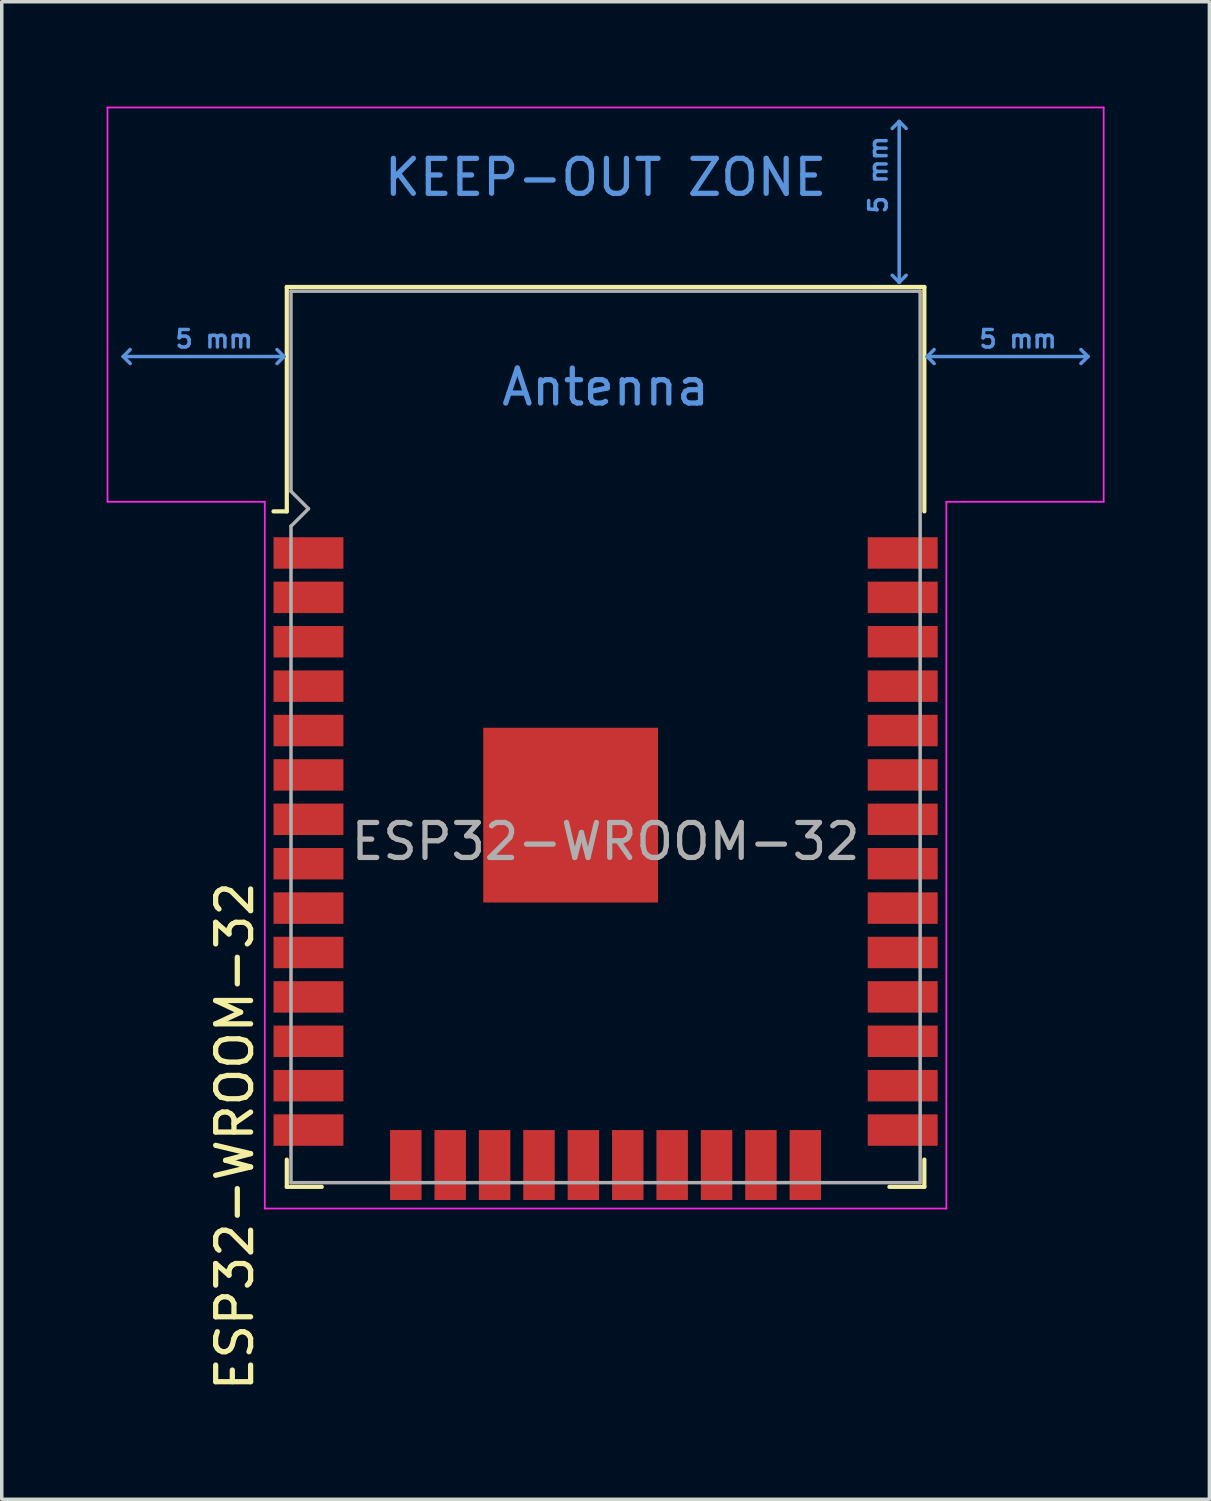
<source format=kicad_pcb>
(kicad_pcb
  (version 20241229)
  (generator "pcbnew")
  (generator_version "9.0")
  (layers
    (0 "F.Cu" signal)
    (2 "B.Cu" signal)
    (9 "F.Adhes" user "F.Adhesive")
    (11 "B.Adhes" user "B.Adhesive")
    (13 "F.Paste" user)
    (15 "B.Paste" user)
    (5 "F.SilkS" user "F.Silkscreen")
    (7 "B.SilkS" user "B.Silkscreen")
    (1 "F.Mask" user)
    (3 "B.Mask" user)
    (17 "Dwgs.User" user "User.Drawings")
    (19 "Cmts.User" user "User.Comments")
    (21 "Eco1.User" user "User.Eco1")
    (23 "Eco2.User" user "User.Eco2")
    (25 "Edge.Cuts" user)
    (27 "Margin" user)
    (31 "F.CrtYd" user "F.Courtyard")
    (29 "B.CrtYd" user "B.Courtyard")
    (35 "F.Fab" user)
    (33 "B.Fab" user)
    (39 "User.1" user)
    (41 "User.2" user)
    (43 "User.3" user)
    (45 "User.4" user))
  (footprint "ESP32-WROOM-32"
    (layer "F.Cu")
    (at 14.275 21.025)
    (property "Reference" "ESP32-WROOM-32" (at -10.61 8.43 90) (layer "F.SilkS") (effects (font (size 1 1) (thickness 0.15))))
    (attr smd)
    (fp_line (start -9.12 -15.865) (end -9.12 -9.445) (stroke (width 0.12) (type solid)) (layer "F.SilkS"))
    (fp_line (start -9.12 -15.865) (end 9.12 -15.865) (stroke (width 0.12) (type solid)) (layer "F.SilkS"))
    (fp_line (start -9.12 -9.445) (end -9.5 -9.445) (stroke (width 0.12) (type solid)) (layer "F.SilkS"))
    (fp_line (start -9.12 9.1) (end -9.12 9.88) (stroke (width 0.12) (type solid)) (layer "F.SilkS"))
    (fp_line (start -9.12 9.88) (end -8.12 9.88) (stroke (width 0.12) (type solid)) (layer "F.SilkS"))
    (fp_line (start 9.12 -15.865) (end 9.12 -9.445) (stroke (width 0.12) (type solid)) (layer "F.SilkS"))
    (fp_line (start 9.12 9.1) (end 9.12 9.88) (stroke (width 0.12) (type solid)) (layer "F.SilkS"))
    (fp_line (start 9.12 9.88) (end 8.12 9.88) (stroke (width 0.12) (type solid)) (layer "F.SilkS"))
    (fp_line (start -13.8 -13.875) (end -13.6 -14.075) (stroke (width 0.1) (type solid)) (layer "Cmts.User"))
    (fp_line (start -13.8 -13.875) (end -13.6 -13.675) (stroke (width 0.1) (type solid)) (layer "Cmts.User"))
    (fp_line (start -13.8 -13.875) (end -9.2 -13.875) (stroke (width 0.1) (type solid)) (layer "Cmts.User"))
    (fp_line (start -9.2 -13.875) (end -9.4 -14.075) (stroke (width 0.1) (type solid)) (layer "Cmts.User"))
    (fp_line (start -9.2 -13.875) (end -9.4 -13.675) (stroke (width 0.1) (type solid)) (layer "Cmts.User"))
    (fp_line (start 8.4 -20.6) (end 8.2 -20.4) (stroke (width 0.1) (type solid)) (layer "Cmts.User"))
    (fp_line (start 8.4 -20.6) (end 8.6 -20.4) (stroke (width 0.1) (type solid)) (layer "Cmts.User"))
    (fp_line (start 8.4 -16) (end 8.2 -16.2) (stroke (width 0.1) (type solid)) (layer "Cmts.User"))
    (fp_line (start 8.4 -16) (end 8.4 -20.6) (stroke (width 0.1) (type solid)) (layer "Cmts.User"))
    (fp_line (start 8.4 -16) (end 8.6 -16.2) (stroke (width 0.1) (type solid)) (layer "Cmts.User"))
    (fp_line (start 9.2 -13.875) (end 9.4 -14.075) (stroke (width 0.1) (type solid)) (layer "Cmts.User"))
    (fp_line (start 9.2 -13.875) (end 9.4 -13.675) (stroke (width 0.1) (type solid)) (layer "Cmts.User"))
    (fp_line (start 9.2 -13.875) (end 13.8 -13.875) (stroke (width 0.1) (type solid)) (layer "Cmts.User"))
    (fp_line (start 13.8 -13.875) (end 13.6 -14.075) (stroke (width 0.1) (type solid)) (layer "Cmts.User"))
    (fp_line (start 13.8 -13.875) (end 13.6 -13.675) (stroke (width 0.1) (type solid)) (layer "Cmts.User"))
    (fp_line (start -14.25 -21) (end -14.25 -9.72) (stroke (width 0.05) (type solid)) (layer "F.CrtYd"))
    (fp_line (start -14.25 -21) (end 14.25 -21) (stroke (width 0.05) (type solid)) (layer "F.CrtYd"))
    (fp_line (start -14.25 -9.72) (end -9.75 -9.72) (stroke (width 0.05) (type solid)) (layer "F.CrtYd"))
    (fp_line (start -9.75 10.5) (end -9.75 -9.72) (stroke (width 0.05) (type solid)) (layer "F.CrtYd"))
    (fp_line (start -9.75 10.5) (end 9.75 10.5) (stroke (width 0.05) (type solid)) (layer "F.CrtYd"))
    (fp_line (start 9.75 -9.72) (end 9.75 10.5) (stroke (width 0.05) (type solid)) (layer "F.CrtYd"))
    (fp_line (start 9.75 -9.72) (end 14.25 -9.72) (stroke (width 0.05) (type solid)) (layer "F.CrtYd"))
    (fp_line (start 14.25 -21) (end 14.25 -9.72) (stroke (width 0.05) (type solid)) (layer "F.CrtYd"))
    (fp_line (start -9 -15.745) (end -9 -10.02) (stroke (width 0.1) (type solid)) (layer "F.Fab"))
    (fp_line (start -9 -15.745) (end 9 -15.745) (stroke (width 0.1) (type solid)) (layer "F.Fab"))
    (fp_line (start -9 -9.02) (end -9 9.76) (stroke (width 0.1) (type solid)) (layer "F.Fab"))
    (fp_line (start -9 -9.02) (end -8.5 -9.52) (stroke (width 0.1) (type solid)) (layer "F.Fab"))
    (fp_line (start -9 9.76) (end 9 9.76) (stroke (width 0.1) (type solid)) (layer "F.Fab"))
    (fp_line (start -8.5 -9.52) (end -9 -10.02) (stroke (width 0.1) (type solid)) (layer "F.Fab"))
    (fp_line (start 9 9.76) (end 9 -15.745) (stroke (width 0.1) (type solid)) (layer "F.Fab"))
    (fp_text user "Antenna" (at 0 -13 0) (layer "Cmts.User") (effects (font (size 1 1) (thickness 0.15))))
    (fp_text user "5 mm" (at 7.8 -19.075 90) (layer "Cmts.User") (effects (font (size 0.5 0.5) (thickness 0.1))))
    (fp_text user "5 mm" (at -11.2 -14.375 0) (layer "Cmts.User") (effects (font (size 0.5 0.5) (thickness 0.1))))
    (fp_text user "5 mm" (at 11.8 -14.375 0) (layer "Cmts.User") (effects (font (size 0.5 0.5) (thickness 0.1))))
    (fp_text user "KEEP-OUT ZONE" (at 0 -19 0) (layer "Cmts.User") (effects (font (size 1 1) (thickness 0.15))))
    (fp_text user "${REFERENCE}" (at 0 0 0) (layer "F.Fab") (effects (font (size 1 1) (thickness 0.15))))
    (pad "1" smd rect (at -8.5 -8.255) (size 2 0.9) (layers "F.Cu" "F.Mask" "F.Paste"))
    (pad "2" smd rect (at -8.5 -6.985) (size 2 0.9) (layers "F.Cu" "F.Mask" "F.Paste"))
    (pad "3" smd rect (at -8.5 -5.715) (size 2 0.9) (layers "F.Cu" "F.Mask" "F.Paste"))
    (pad "4" smd rect (at -8.5 -4.445) (size 2 0.9) (layers "F.Cu" "F.Mask" "F.Paste"))
    (pad "5" smd rect (at -8.5 -3.175) (size 2 0.9) (layers "F.Cu" "F.Mask" "F.Paste"))
    (pad "6" smd rect (at -8.5 -1.905) (size 2 0.9) (layers "F.Cu" "F.Mask" "F.Paste"))
    (pad "7" smd rect (at -8.5 -0.635) (size 2 0.9) (layers "F.Cu" "F.Mask" "F.Paste"))
    (pad "8" smd rect (at -8.5 0.635) (size 2 0.9) (layers "F.Cu" "F.Mask" "F.Paste"))
    (pad "9" smd rect (at -8.5 1.905) (size 2 0.9) (layers "F.Cu" "F.Mask" "F.Paste"))
    (pad "10" smd rect (at -8.5 3.175) (size 2 0.9) (layers "F.Cu" "F.Mask" "F.Paste"))
    (pad "11" smd rect (at -8.5 4.445) (size 2 0.9) (layers "F.Cu" "F.Mask" "F.Paste"))
    (pad "12" smd rect (at -8.5 5.715) (size 2 0.9) (layers "F.Cu" "F.Mask" "F.Paste"))
    (pad "13" smd rect (at -8.5 6.985) (size 2 0.9) (layers "F.Cu" "F.Mask" "F.Paste"))
    (pad "14" smd rect (at -8.5 8.255) (size 2 0.9) (layers "F.Cu" "F.Mask" "F.Paste"))
    (pad "15" smd rect (at -5.715 9.255 90) (size 2 0.9) (layers "F.Cu" "F.Mask" "F.Paste"))
    (pad "16" smd rect (at -4.445 9.255 90) (size 2 0.9) (layers "F.Cu" "F.Mask" "F.Paste"))
    (pad "17" smd rect (at -3.175 9.255 90) (size 2 0.9) (layers "F.Cu" "F.Mask" "F.Paste"))
    (pad "18" smd rect (at -1.905 9.255 90) (size 2 0.9) (layers "F.Cu" "F.Mask" "F.Paste"))
    (pad "19" smd rect (at -0.635 9.255 90) (size 2 0.9) (layers "F.Cu" "F.Mask" "F.Paste"))
    (pad "20" smd rect (at 0.635 9.255 90) (size 2 0.9) (layers "F.Cu" "F.Mask" "F.Paste"))
    (pad "21" smd rect (at 1.905 9.255 90) (size 2 0.9) (layers "F.Cu" "F.Mask" "F.Paste"))
    (pad "22" smd rect (at 3.175 9.255 90) (size 2 0.9) (layers "F.Cu" "F.Mask" "F.Paste"))
    (pad "23" smd rect (at 4.445 9.255 90) (size 2 0.9) (layers "F.Cu" "F.Mask" "F.Paste"))
    (pad "24" smd rect (at 5.715 9.255 90) (size 2 0.9) (layers "F.Cu" "F.Mask" "F.Paste"))
    (pad "25" smd rect (at 8.5 8.255) (size 2 0.9) (layers "F.Cu" "F.Mask" "F.Paste"))
    (pad "26" smd rect (at 8.5 6.985) (size 2 0.9) (layers "F.Cu" "F.Mask" "F.Paste"))
    (pad "27" smd rect (at 8.5 5.715) (size 2 0.9) (layers "F.Cu" "F.Mask" "F.Paste"))
    (pad "28" smd rect (at 8.5 4.445) (size 2 0.9) (layers "F.Cu" "F.Mask" "F.Paste"))
    (pad "29" smd rect (at 8.5 3.175) (size 2 0.9) (layers "F.Cu" "F.Mask" "F.Paste"))
    (pad "30" smd rect (at 8.5 1.905) (size 2 0.9) (layers "F.Cu" "F.Mask" "F.Paste"))
    (pad "31" smd rect (at 8.5 0.635) (size 2 0.9) (layers "F.Cu" "F.Mask" "F.Paste"))
    (pad "32" smd rect (at 8.5 -0.635) (size 2 0.9) (layers "F.Cu" "F.Mask" "F.Paste"))
    (pad "33" smd rect (at 8.5 -1.905) (size 2 0.9) (layers "F.Cu" "F.Mask" "F.Paste"))
    (pad "34" smd rect (at 8.5 -3.175) (size 2 0.9) (layers "F.Cu" "F.Mask" "F.Paste"))
    (pad "35" smd rect (at 8.5 -4.445) (size 2 0.9) (layers "F.Cu" "F.Mask" "F.Paste"))
    (pad "36" smd rect (at 8.5 -5.715) (size 2 0.9) (layers "F.Cu" "F.Mask" "F.Paste"))
    (pad "37" smd rect (at 8.5 -6.985) (size 2 0.9) (layers "F.Cu" "F.Mask" "F.Paste"))
    (pad "38" smd rect (at 8.5 -8.255) (size 2 0.9) (layers "F.Cu" "F.Mask" "F.Paste"))
    (pad "39" smd rect (at -1 -0.755) (size 5 5) (layers "F.Cu" "F.Mask" "F.Paste"))
    (zone (net_name "") (layers "F.Cu" "B.Cu") (hatch full 0.508) (connect_pads) (min_thickness 0.254) (filled_areas_thickness no) (keepout (tracks not_allowed) (vias not_allowed) (pads not_allowed) (copperpour not_allowed) (footprints not_allowed)) (placement (enabled no)) (fill) (polygon (pts (xy 0.275 11.055) (xy 28.275 11.055) (xy 28.275 0.275) (xy 0.275 0.275)))))
  (gr_rect
    (start -3 -3)
    (end 31.55 39.842)
    (stroke (width 0.1) (type default))
    (fill no)
    (layer "Edge.Cuts")))
</source>
